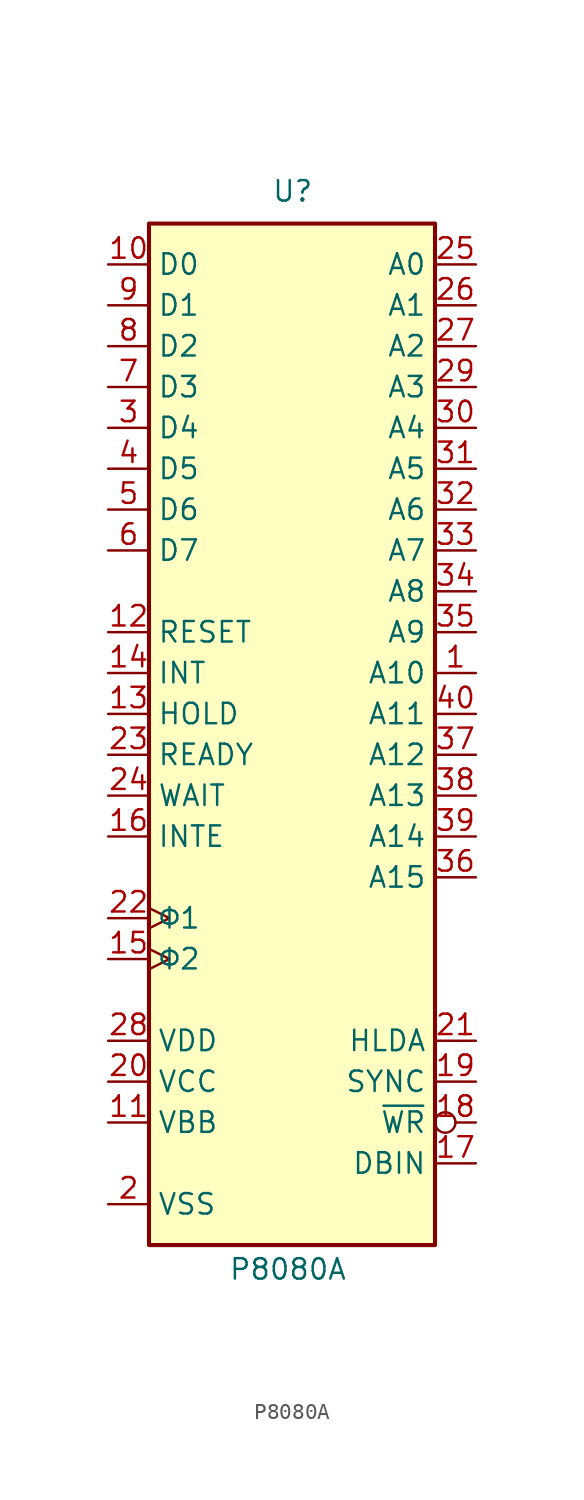
<source format=kicad_sym>
(kicad_symbol_lib
  (version 20231120)
  (generator "kicad_symbol_editor")
  (generator_version "8.0")
  (symbol "P8080A"
    (property "Reference" "U"
      (at -1.27 31.75 0)
      (effects (font (size 1.27 1.27)) (justify left bottom)))
    (property "Value" "P8080A"
      (at -0.254 -33.782 0)
      (effects (font (size 1.27 1.27)) (justify top)))
    (symbol "P8080A_0_1"
      (rectangle (start -8.89 30.48) (end 8.89 -33.02) (stroke (width 0.254) (type default)) (fill (type background))))
    (symbol "P8080A_1_1"
      (pin output line (at 11.43 2.54 180) (length 2.54) (name "A10" (effects (font (size 1.27 1.27)))) (number "1" (effects (font (size 1.27 1.27)))))
      (pin bidirectional line (at -11.43 27.94 0) (length 2.54) (name "D0" (effects (font (size 1.27 1.27)))) (number "10" (effects (font (size 1.27 1.27)))))
      (pin power_in line (at -11.43 -25.4 0) (length 2.54) (name "VBB" (effects (font (size 1.27 1.27)))) (number "11" (effects (font (size 1.27 1.27)))))
      (pin input line (at -11.43 5.08 0) (length 2.54) (name "RESET" (effects (font (size 1.27 1.27)))) (number "12" (effects (font (size 1.27 1.27)))))
      (pin input line (at -11.43 0 0) (length 2.54) (name "HOLD" (effects (font (size 1.27 1.27)))) (number "13" (effects (font (size 1.27 1.27)))))
      (pin input line (at -11.43 2.54 0) (length 2.54) (name "INT" (effects (font (size 1.27 1.27)))) (number "14" (effects (font (size 1.27 1.27)))))
      (pin input clock (at -11.43 -15.24 0) (length 2.54) (name "Φ2" (effects (font (size 1.27 1.27)))) (number "15" (effects (font (size 1.27 1.27)))))
      (pin output line (at -11.43 -7.62 0) (length 2.54) (name "INTE" (effects (font (size 1.27 1.27)))) (number "16" (effects (font (size 1.27 1.27)))))
      (pin output line (at 11.43 -27.94 180) (length 2.54) (name "DBIN" (effects (font (size 1.27 1.27)))) (number "17" (effects (font (size 1.27 1.27)))))
      (pin output inverted (at 11.43 -25.4 180) (length 2.54) (name "~{WR}" (effects (font (size 1.27 1.27)))) (number "18" (effects (font (size 1.27 1.27)))))
      (pin output line (at 11.43 -22.86 180) (length 2.54) (name "SYNC" (effects (font (size 1.27 1.27)))) (number "19" (effects (font (size 1.27 1.27)))))
      (pin power_in line (at -11.43 -30.48 0) (length 2.54) (name "VSS" (effects (font (size 1.27 1.27)))) (number "2" (effects (font (size 1.27 1.27)))))
      (pin power_in line (at -11.43 -22.86 0) (length 2.54) (name "VCC" (effects (font (size 1.27 1.27)))) (number "20" (effects (font (size 1.27 1.27)))))
      (pin output line (at 11.43 -20.32 180) (length 2.54) (name "HLDA" (effects (font (size 1.27 1.27)))) (number "21" (effects (font (size 1.27 1.27)))))
      (pin input clock (at -11.43 -12.7 0) (length 2.54) (name "Φ1" (effects (font (size 1.27 1.27)))) (number "22" (effects (font (size 1.27 1.27)))))
      (pin input line (at -11.43 -2.54 0) (length 2.54) (name "READY" (effects (font (size 1.27 1.27)))) (number "23" (effects (font (size 1.27 1.27)))))
      (pin output line (at -11.43 -5.08 0) (length 2.54) (name "WAIT" (effects (font (size 1.27 1.27)))) (number "24" (effects (font (size 1.27 1.27)))))
      (pin output line (at 11.43 27.94 180) (length 2.54) (name "A0" (effects (font (size 1.27 1.27)))) (number "25" (effects (font (size 1.27 1.27)))))
      (pin output line (at 11.43 25.4 180) (length 2.54) (name "A1" (effects (font (size 1.27 1.27)))) (number "26" (effects (font (size 1.27 1.27)))))
      (pin output line (at 11.43 22.86 180) (length 2.54) (name "A2" (effects (font (size 1.27 1.27)))) (number "27" (effects (font (size 1.27 1.27)))))
      (pin power_in line (at -11.43 -20.32 0) (length 2.54) (name "VDD" (effects (font (size 1.27 1.27)))) (number "28" (effects (font (size 1.27 1.27)))))
      (pin output line (at 11.43 20.32 180) (length 2.54) (name "A3" (effects (font (size 1.27 1.27)))) (number "29" (effects (font (size 1.27 1.27)))))
      (pin bidirectional line (at -11.43 17.78 0) (length 2.54) (name "D4" (effects (font (size 1.27 1.27)))) (number "3" (effects (font (size 1.27 1.27)))))
      (pin output line (at 11.43 17.78 180) (length 2.54) (name "A4" (effects (font (size 1.27 1.27)))) (number "30" (effects (font (size 1.27 1.27)))))
      (pin output line (at 11.43 15.24 180) (length 2.54) (name "A5" (effects (font (size 1.27 1.27)))) (number "31" (effects (font (size 1.27 1.27)))))
      (pin output line (at 11.43 12.7 180) (length 2.54) (name "A6" (effects (font (size 1.27 1.27)))) (number "32" (effects (font (size 1.27 1.27)))))
      (pin output line (at 11.43 10.16 180) (length 2.54) (name "A7" (effects (font (size 1.27 1.27)))) (number "33" (effects (font (size 1.27 1.27)))))
      (pin output line (at 11.43 7.62 180) (length 2.54) (name "A8" (effects (font (size 1.27 1.27)))) (number "34" (effects (font (size 1.27 1.27)))))
      (pin output line (at 11.43 5.08 180) (length 2.54) (name "A9" (effects (font (size 1.27 1.27)))) (number "35" (effects (font (size 1.27 1.27)))))
      (pin output line (at 11.43 -10.16 180) (length 2.54) (name "A15" (effects (font (size 1.27 1.27)))) (number "36" (effects (font (size 1.27 1.27)))))
      (pin output line (at 11.43 -2.54 180) (length 2.54) (name "A12" (effects (font (size 1.27 1.27)))) (number "37" (effects (font (size 1.27 1.27)))))
      (pin output line (at 11.43 -5.08 180) (length 2.54) (name "A13" (effects (font (size 1.27 1.27)))) (number "38" (effects (font (size 1.27 1.27)))))
      (pin output line (at 11.43 -7.62 180) (length 2.54) (name "A14" (effects (font (size 1.27 1.27)))) (number "39" (effects (font (size 1.27 1.27)))))
      (pin bidirectional line (at -11.43 15.24 0) (length 2.54) (name "D5" (effects (font (size 1.27 1.27)))) (number "4" (effects (font (size 1.27 1.27)))))
      (pin output line (at 11.43 0 180) (length 2.54) (name "A11" (effects (font (size 1.27 1.27)))) (number "40" (effects (font (size 1.27 1.27)))))
      (pin bidirectional line (at -11.43 12.7 0) (length 2.54) (name "D6" (effects (font (size 1.27 1.27)))) (number "5" (effects (font (size 1.27 1.27)))))
      (pin bidirectional line (at -11.43 10.16 0) (length 2.54) (name "D7" (effects (font (size 1.27 1.27)))) (number "6" (effects (font (size 1.27 1.27)))))
      (pin bidirectional line (at -11.43 20.32 0) (length 2.54) (name "D3" (effects (font (size 1.27 1.27)))) (number "7" (effects (font (size 1.27 1.27)))))
      (pin bidirectional line (at -11.43 22.86 0) (length 2.54) (name "D2" (effects (font (size 1.27 1.27)))) (number "8" (effects (font (size 1.27 1.27)))))
      (pin bidirectional line (at -11.43 25.4 0) (length 2.54) (name "D1" (effects (font (size 1.27 1.27)))) (number "9" (effects (font (size 1.27 1.27))))))))
</source>
